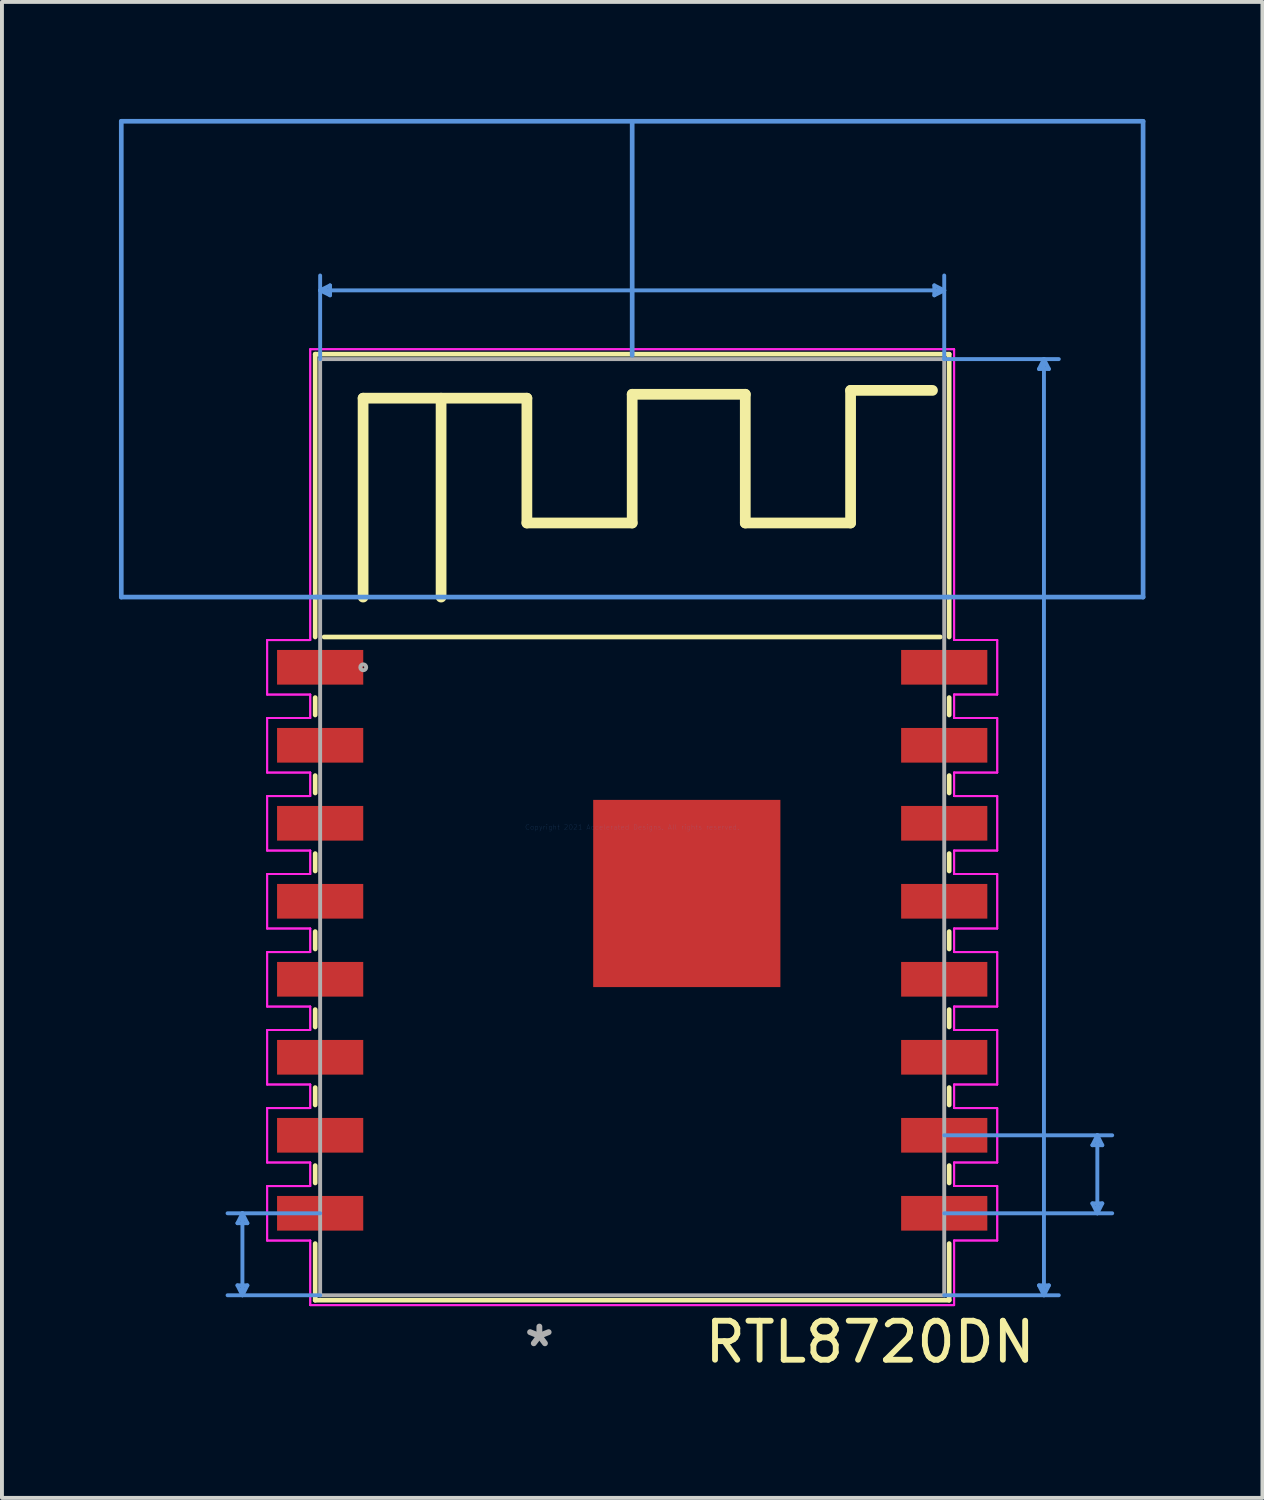
<source format=kicad_pcb>
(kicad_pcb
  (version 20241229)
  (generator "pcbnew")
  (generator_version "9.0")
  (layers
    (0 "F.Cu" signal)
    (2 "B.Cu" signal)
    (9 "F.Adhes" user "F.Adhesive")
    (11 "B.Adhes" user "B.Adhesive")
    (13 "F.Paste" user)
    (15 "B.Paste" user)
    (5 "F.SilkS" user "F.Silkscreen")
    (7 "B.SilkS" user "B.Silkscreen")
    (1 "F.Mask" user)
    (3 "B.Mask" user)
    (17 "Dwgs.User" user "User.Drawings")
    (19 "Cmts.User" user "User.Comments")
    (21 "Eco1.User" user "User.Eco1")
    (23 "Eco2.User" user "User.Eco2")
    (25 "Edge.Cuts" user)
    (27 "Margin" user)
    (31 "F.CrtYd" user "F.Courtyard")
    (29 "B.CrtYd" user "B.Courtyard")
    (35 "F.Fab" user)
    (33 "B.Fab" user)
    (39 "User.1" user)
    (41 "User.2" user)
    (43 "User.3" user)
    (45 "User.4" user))
  (footprint "RTL8720DN"
    (layer "F.Cu")
    (at 13.16 18.16)
    (property "Reference" "RTL8720DN" (at 6.1 13.2 0) (layer "F.SilkS") (effects (font (size 1 1) (thickness 0.15))))
    (attr through_hole)
    (fp_line (start -8.128 -12.129) (end 8.128 -12.129) (stroke (width 0.12) (type solid)) (layer "F.SilkS"))
    (fp_line (start -8.128 -4.877) (end -8.128 -12.129) (stroke (width 0.12) (type solid)) (layer "F.SilkS"))
    (fp_line (start -8.128 -2.877) (end -8.128 -3.323) (stroke (width 0.12) (type solid)) (layer "F.SilkS"))
    (fp_line (start -8.128 -0.877) (end -8.128 -1.323) (stroke (width 0.12) (type solid)) (layer "F.SilkS"))
    (fp_line (start -8.128 1.123) (end -8.128 0.677) (stroke (width 0.12) (type solid)) (layer "F.SilkS"))
    (fp_line (start -8.128 3.123) (end -8.128 2.677) (stroke (width 0.12) (type solid)) (layer "F.SilkS"))
    (fp_line (start -8.128 5.123) (end -8.128 4.677) (stroke (width 0.12) (type solid)) (layer "F.SilkS"))
    (fp_line (start -8.128 7.123) (end -8.128 6.677) (stroke (width 0.12) (type solid)) (layer "F.SilkS"))
    (fp_line (start -8.128 9.123) (end -8.128 8.677) (stroke (width 0.12) (type solid)) (layer "F.SilkS"))
    (fp_line (start -8.128 12.129) (end -8.128 10.677) (stroke (width 0.12) (type solid)) (layer "F.SilkS"))
    (fp_line (start -7.9 -4.877) (end 7.9 -4.877) (stroke (width 0.12) (type solid)) (layer "F.SilkS"))
    (fp_line (start -6.9 -11) (end -2.7 -11) (stroke (width 0.275) (type solid)) (layer "F.SilkS"))
    (fp_line (start -6.9 -5.9) (end -6.9 -11) (stroke (width 0.275) (type solid)) (layer "F.SilkS"))
    (fp_line (start -4.9 -11) (end -4.9 -5.9) (stroke (width 0.275) (type solid)) (layer "F.SilkS"))
    (fp_line (start -2.7 -11) (end -2.7 -7.8) (stroke (width 0.275) (type solid)) (layer "F.SilkS"))
    (fp_line (start -2.7 -7.8) (end 0 -7.8) (stroke (width 0.275) (type solid)) (layer "F.SilkS"))
    (fp_line (start 0 -11.1) (end 2.9 -11.1) (stroke (width 0.275) (type solid)) (layer "F.SilkS"))
    (fp_line (start 0 -7.8) (end 0 -11.1) (stroke (width 0.275) (type solid)) (layer "F.SilkS"))
    (fp_line (start 2.9 -11.1) (end 2.9 -7.8) (stroke (width 0.275) (type solid)) (layer "F.SilkS"))
    (fp_line (start 2.9 -7.8) (end 5.6 -7.8) (stroke (width 0.275) (type solid)) (layer "F.SilkS"))
    (fp_line (start 5.6 -11.2) (end 7.7 -11.2) (stroke (width 0.275) (type solid)) (layer "F.SilkS"))
    (fp_line (start 5.6 -7.8) (end 5.6 -11.2) (stroke (width 0.275) (type solid)) (layer "F.SilkS"))
    (fp_line (start 8.128 -12.129) (end 8.128 -4.877) (stroke (width 0.12) (type solid)) (layer "F.SilkS"))
    (fp_line (start 8.128 -3.323) (end 8.128 -2.877) (stroke (width 0.12) (type solid)) (layer "F.SilkS"))
    (fp_line (start 8.128 -1.323) (end 8.128 -0.877) (stroke (width 0.12) (type solid)) (layer "F.SilkS"))
    (fp_line (start 8.128 0.677) (end 8.128 1.123) (stroke (width 0.12) (type solid)) (layer "F.SilkS"))
    (fp_line (start 8.128 2.677) (end 8.128 3.123) (stroke (width 0.12) (type solid)) (layer "F.SilkS"))
    (fp_line (start 8.128 4.677) (end 8.128 5.123) (stroke (width 0.12) (type solid)) (layer "F.SilkS"))
    (fp_line (start 8.128 6.677) (end 8.128 7.123) (stroke (width 0.12) (type solid)) (layer "F.SilkS"))
    (fp_line (start 8.128 8.677) (end 8.128 9.123) (stroke (width 0.12) (type solid)) (layer "F.SilkS"))
    (fp_line (start 8.128 10.677) (end 8.128 12.129) (stroke (width 0.12) (type solid)) (layer "F.SilkS"))
    (fp_line (start 8.128 12.129) (end -8.128 12.129) (stroke (width 0.12) (type solid)) (layer "F.SilkS"))
    (fp_line (start -13.1 -18.1) (end 0 -18.1) (stroke (width 0.12) (type solid)) (layer "Cmts.User"))
    (fp_line (start -13.1 -5.9) (end -13.1 -18.1) (stroke (width 0.12) (type solid)) (layer "Cmts.User"))
    (fp_line (start -10.121 11.748) (end -9.994 12.002) (stroke (width 0.1) (type solid)) (layer "Cmts.User"))
    (fp_line (start -10.121 10.154) (end -9.994 9.9) (stroke (width 0.1) (type solid)) (layer "Cmts.User"))
    (fp_line (start -10.121 10.154) (end -9.867 10.154) (stroke (width 0.1) (type solid)) (layer "Cmts.User"))
    (fp_line (start -9.994 9.9) (end -9.994 12.002) (stroke (width 0.1) (type solid)) (layer "Cmts.User"))
    (fp_line (start -9.867 11.748) (end -10.121 11.748) (stroke (width 0.1) (type solid)) (layer "Cmts.User"))
    (fp_line (start -9.867 11.748) (end -9.994 12.002) (stroke (width 0.1) (type solid)) (layer "Cmts.User"))
    (fp_line (start -9.867 10.154) (end -9.994 9.9) (stroke (width 0.1) (type solid)) (layer "Cmts.User"))
    (fp_line (start -8.1 -5.9) (end -13.1 -5.9) (stroke (width 0.12) (type solid)) (layer "Cmts.User"))
    (fp_line (start -8.1 -5.9) (end 8.1 -5.9) (stroke (width 0.12) (type solid)) (layer "Cmts.User"))
    (fp_line (start -8.001 -13.765) (end 8.001 -13.765) (stroke (width 0.1) (type solid)) (layer "Cmts.User"))
    (fp_line (start -8.001 -12.002) (end -8.001 -14.146) (stroke (width 0.1) (type solid)) (layer "Cmts.User"))
    (fp_line (start -8.001 9.9) (end -10.375 9.9) (stroke (width 0.1) (type solid)) (layer "Cmts.User"))
    (fp_line (start -8.001 12.002) (end -10.375 12.002) (stroke (width 0.1) (type solid)) (layer "Cmts.User"))
    (fp_line (start -7.747 -13.892) (end -8.001 -13.765) (stroke (width 0.1) (type solid)) (layer "Cmts.User"))
    (fp_line (start -7.747 -13.638) (end -8.001 -13.765) (stroke (width 0.1) (type solid)) (layer "Cmts.User"))
    (fp_line (start -7.747 -13.638) (end -7.747 -13.892) (stroke (width 0.1) (type solid)) (layer "Cmts.User"))
    (fp_line (start 0 -18.1) (end 13.1 -18.1) (stroke (width 0.12) (type solid)) (layer "Cmts.User"))
    (fp_line (start 0 -12.1) (end 0 -18.1) (stroke (width 0.12) (type solid)) (layer "Cmts.User"))
    (fp_line (start 7.747 -13.892) (end 7.747 -13.638) (stroke (width 0.1) (type solid)) (layer "Cmts.User"))
    (fp_line (start 7.747 -13.892) (end 8.001 -13.765) (stroke (width 0.1) (type solid)) (layer "Cmts.User"))
    (fp_line (start 7.747 -13.638) (end 8.001 -13.765) (stroke (width 0.1) (type solid)) (layer "Cmts.User"))
    (fp_line (start 8.001 -12.002) (end 8.001 -14.146) (stroke (width 0.1) (type solid)) (layer "Cmts.User"))
    (fp_line (start 8.001 -12.002) (end 10.939 -12.002) (stroke (width 0.1) (type solid)) (layer "Cmts.User"))
    (fp_line (start 8.001 7.9) (end 12.308 7.9) (stroke (width 0.1) (type solid)) (layer "Cmts.User"))
    (fp_line (start 8.001 9.9) (end 12.308 9.9) (stroke (width 0.1) (type solid)) (layer "Cmts.User"))
    (fp_line (start 8.001 12.002) (end 10.939 12.002) (stroke (width 0.1) (type solid)) (layer "Cmts.User"))
    (fp_line (start 8.1 -5.9) (end 13.1 -5.9) (stroke (width 0.12) (type solid)) (layer "Cmts.User"))
    (fp_line (start 10.431 11.748) (end 10.558 12.002) (stroke (width 0.1) (type solid)) (layer "Cmts.User"))
    (fp_line (start 10.431 -11.748) (end 10.558 -12.002) (stroke (width 0.1) (type solid)) (layer "Cmts.User"))
    (fp_line (start 10.431 -11.748) (end 10.685 -11.748) (stroke (width 0.1) (type solid)) (layer "Cmts.User"))
    (fp_line (start 10.558 -12.002) (end 10.558 12.002) (stroke (width 0.1) (type solid)) (layer "Cmts.User"))
    (fp_line (start 10.685 11.748) (end 10.431 11.748) (stroke (width 0.1) (type solid)) (layer "Cmts.User"))
    (fp_line (start 10.685 11.748) (end 10.558 12.002) (stroke (width 0.1) (type solid)) (layer "Cmts.User"))
    (fp_line (start 10.685 -11.748) (end 10.558 -12.002) (stroke (width 0.1) (type solid)) (layer "Cmts.User"))
    (fp_line (start 11.8 9.646) (end 11.927 9.9) (stroke (width 0.1) (type solid)) (layer "Cmts.User"))
    (fp_line (start 11.8 8.154) (end 11.927 7.9) (stroke (width 0.1) (type solid)) (layer "Cmts.User"))
    (fp_line (start 11.8 8.154) (end 12.054 8.154) (stroke (width 0.1) (type solid)) (layer "Cmts.User"))
    (fp_line (start 11.927 9.9) (end 11.927 7.9) (stroke (width 0.1) (type solid)) (layer "Cmts.User"))
    (fp_line (start 12.054 9.646) (end 11.8 9.646) (stroke (width 0.1) (type solid)) (layer "Cmts.User"))
    (fp_line (start 12.054 9.646) (end 11.927 9.9) (stroke (width 0.1) (type solid)) (layer "Cmts.User"))
    (fp_line (start 12.054 8.154) (end 11.927 7.9) (stroke (width 0.1) (type solid)) (layer "Cmts.User"))
    (fp_line (start 13.1 -18.1) (end 13.1 -5.9) (stroke (width 0.12) (type solid)) (layer "Cmts.User"))
    (fp_line (start -9.36 -4.798) (end -9.36 -3.401) (stroke (width 0.05) (type solid)) (layer "F.CrtYd"))
    (fp_line (start -9.36 -4.798) (end -9.36 -3.401) (stroke (width 0.05) (type solid)) (layer "F.CrtYd"))
    (fp_line (start -9.36 -3.401) (end -8.255 -3.401) (stroke (width 0.05) (type solid)) (layer "F.CrtYd"))
    (fp_line (start -9.36 -3.401) (end -8.255 -3.401) (stroke (width 0.05) (type solid)) (layer "F.CrtYd"))
    (fp_line (start -9.36 -2.799) (end -9.36 -1.401) (stroke (width 0.05) (type solid)) (layer "F.CrtYd"))
    (fp_line (start -9.36 -2.799) (end -9.36 -1.401) (stroke (width 0.05) (type solid)) (layer "F.CrtYd"))
    (fp_line (start -9.36 -1.401) (end -8.255 -1.401) (stroke (width 0.05) (type solid)) (layer "F.CrtYd"))
    (fp_line (start -9.36 -1.401) (end -8.255 -1.401) (stroke (width 0.05) (type solid)) (layer "F.CrtYd"))
    (fp_line (start -9.36 -0.798) (end -9.36 0.599) (stroke (width 0.05) (type solid)) (layer "F.CrtYd"))
    (fp_line (start -9.36 -0.798) (end -9.36 0.599) (stroke (width 0.05) (type solid)) (layer "F.CrtYd"))
    (fp_line (start -9.36 0.599) (end -8.255 0.599) (stroke (width 0.05) (type solid)) (layer "F.CrtYd"))
    (fp_line (start -9.36 0.599) (end -8.255 0.599) (stroke (width 0.05) (type solid)) (layer "F.CrtYd"))
    (fp_line (start -9.36 1.201) (end -9.36 2.598) (stroke (width 0.05) (type solid)) (layer "F.CrtYd"))
    (fp_line (start -9.36 1.201) (end -9.36 2.598) (stroke (width 0.05) (type solid)) (layer "F.CrtYd"))
    (fp_line (start -9.36 2.598) (end -8.255 2.598) (stroke (width 0.05) (type solid)) (layer "F.CrtYd"))
    (fp_line (start -9.36 2.598) (end -8.255 2.598) (stroke (width 0.05) (type solid)) (layer "F.CrtYd"))
    (fp_line (start -9.36 3.202) (end -9.36 4.599) (stroke (width 0.05) (type solid)) (layer "F.CrtYd"))
    (fp_line (start -9.36 3.202) (end -9.36 4.599) (stroke (width 0.05) (type solid)) (layer "F.CrtYd"))
    (fp_line (start -9.36 4.599) (end -8.255 4.599) (stroke (width 0.05) (type solid)) (layer "F.CrtYd"))
    (fp_line (start -9.36 4.599) (end -8.255 4.599) (stroke (width 0.05) (type solid)) (layer "F.CrtYd"))
    (fp_line (start -9.36 5.201) (end -9.36 6.598) (stroke (width 0.05) (type solid)) (layer "F.CrtYd"))
    (fp_line (start -9.36 5.201) (end -9.36 6.598) (stroke (width 0.05) (type solid)) (layer "F.CrtYd"))
    (fp_line (start -9.36 6.598) (end -8.255 6.598) (stroke (width 0.05) (type solid)) (layer "F.CrtYd"))
    (fp_line (start -9.36 6.598) (end -8.255 6.598) (stroke (width 0.05) (type solid)) (layer "F.CrtYd"))
    (fp_line (start -9.36 7.202) (end -9.36 8.598) (stroke (width 0.05) (type solid)) (layer "F.CrtYd"))
    (fp_line (start -9.36 7.202) (end -9.36 8.598) (stroke (width 0.05) (type solid)) (layer "F.CrtYd"))
    (fp_line (start -9.36 8.598) (end -8.255 8.598) (stroke (width 0.05) (type solid)) (layer "F.CrtYd"))
    (fp_line (start -9.36 8.598) (end -8.255 8.598) (stroke (width 0.05) (type solid)) (layer "F.CrtYd"))
    (fp_line (start -9.36 9.202) (end -9.36 10.599) (stroke (width 0.05) (type solid)) (layer "F.CrtYd"))
    (fp_line (start -9.36 9.202) (end -9.36 10.599) (stroke (width 0.05) (type solid)) (layer "F.CrtYd"))
    (fp_line (start -9.36 10.599) (end -8.255 10.599) (stroke (width 0.05) (type solid)) (layer "F.CrtYd"))
    (fp_line (start -9.36 10.599) (end -8.255 10.599) (stroke (width 0.05) (type solid)) (layer "F.CrtYd"))
    (fp_line (start -8.255 -12.255) (end -8.255 -4.798) (stroke (width 0.05) (type solid)) (layer "F.CrtYd"))
    (fp_line (start -8.255 -12.255) (end -8.255 -4.798) (stroke (width 0.05) (type solid)) (layer "F.CrtYd"))
    (fp_line (start -8.255 -4.798) (end -9.36 -4.798) (stroke (width 0.05) (type solid)) (layer "F.CrtYd"))
    (fp_line (start -8.255 -4.798) (end -9.36 -4.798) (stroke (width 0.05) (type solid)) (layer "F.CrtYd"))
    (fp_line (start -8.255 -3.401) (end -8.255 -2.799) (stroke (width 0.05) (type solid)) (layer "F.CrtYd"))
    (fp_line (start -8.255 -3.401) (end -8.255 -2.799) (stroke (width 0.05) (type solid)) (layer "F.CrtYd"))
    (fp_line (start -8.255 -2.799) (end -9.36 -2.799) (stroke (width 0.05) (type solid)) (layer "F.CrtYd"))
    (fp_line (start -8.255 -2.799) (end -9.36 -2.799) (stroke (width 0.05) (type solid)) (layer "F.CrtYd"))
    (fp_line (start -8.255 -1.401) (end -8.255 -0.798) (stroke (width 0.05) (type solid)) (layer "F.CrtYd"))
    (fp_line (start -8.255 -1.401) (end -8.255 -0.798) (stroke (width 0.05) (type solid)) (layer "F.CrtYd"))
    (fp_line (start -8.255 -0.798) (end -9.36 -0.798) (stroke (width 0.05) (type solid)) (layer "F.CrtYd"))
    (fp_line (start -8.255 -0.798) (end -9.36 -0.798) (stroke (width 0.05) (type solid)) (layer "F.CrtYd"))
    (fp_line (start -8.255 0.599) (end -8.255 1.201) (stroke (width 0.05) (type solid)) (layer "F.CrtYd"))
    (fp_line (start -8.255 0.599) (end -8.255 1.201) (stroke (width 0.05) (type solid)) (layer "F.CrtYd"))
    (fp_line (start -8.255 1.201) (end -9.36 1.201) (stroke (width 0.05) (type solid)) (layer "F.CrtYd"))
    (fp_line (start -8.255 1.201) (end -9.36 1.201) (stroke (width 0.05) (type solid)) (layer "F.CrtYd"))
    (fp_line (start -8.255 2.598) (end -8.255 3.202) (stroke (width 0.05) (type solid)) (layer "F.CrtYd"))
    (fp_line (start -8.255 2.598) (end -8.255 3.202) (stroke (width 0.05) (type solid)) (layer "F.CrtYd"))
    (fp_line (start -8.255 3.202) (end -9.36 3.202) (stroke (width 0.05) (type solid)) (layer "F.CrtYd"))
    (fp_line (start -8.255 3.202) (end -9.36 3.202) (stroke (width 0.05) (type solid)) (layer "F.CrtYd"))
    (fp_line (start -8.255 4.599) (end -8.255 5.201) (stroke (width 0.05) (type solid)) (layer "F.CrtYd"))
    (fp_line (start -8.255 4.599) (end -8.255 5.201) (stroke (width 0.05) (type solid)) (layer "F.CrtYd"))
    (fp_line (start -8.255 5.201) (end -9.36 5.201) (stroke (width 0.05) (type solid)) (layer "F.CrtYd"))
    (fp_line (start -8.255 5.201) (end -9.36 5.201) (stroke (width 0.05) (type solid)) (layer "F.CrtYd"))
    (fp_line (start -8.255 6.598) (end -8.255 7.202) (stroke (width 0.05) (type solid)) (layer "F.CrtYd"))
    (fp_line (start -8.255 6.598) (end -8.255 7.202) (stroke (width 0.05) (type solid)) (layer "F.CrtYd"))
    (fp_line (start -8.255 7.202) (end -9.36 7.202) (stroke (width 0.05) (type solid)) (layer "F.CrtYd"))
    (fp_line (start -8.255 7.202) (end -9.36 7.202) (stroke (width 0.05) (type solid)) (layer "F.CrtYd"))
    (fp_line (start -8.255 8.598) (end -8.255 9.202) (stroke (width 0.05) (type solid)) (layer "F.CrtYd"))
    (fp_line (start -8.255 8.598) (end -8.255 9.202) (stroke (width 0.05) (type solid)) (layer "F.CrtYd"))
    (fp_line (start -8.255 9.202) (end -9.36 9.202) (stroke (width 0.05) (type solid)) (layer "F.CrtYd"))
    (fp_line (start -8.255 9.202) (end -9.36 9.202) (stroke (width 0.05) (type solid)) (layer "F.CrtYd"))
    (fp_line (start -8.255 10.599) (end -8.255 12.255) (stroke (width 0.05) (type solid)) (layer "F.CrtYd"))
    (fp_line (start -8.255 10.599) (end -8.255 12.255) (stroke (width 0.05) (type solid)) (layer "F.CrtYd"))
    (fp_line (start -8.255 12.255) (end 8.255 12.255) (stroke (width 0.05) (type solid)) (layer "F.CrtYd"))
    (fp_line (start -8.255 12.255) (end 8.255 12.255) (stroke (width 0.05) (type solid)) (layer "F.CrtYd"))
    (fp_line (start 8.255 -12.255) (end -8.255 -12.255) (stroke (width 0.05) (type solid)) (layer "F.CrtYd"))
    (fp_line (start 8.255 -12.255) (end -8.255 -12.255) (stroke (width 0.05) (type solid)) (layer "F.CrtYd"))
    (fp_line (start 8.255 -4.799) (end 8.255 -12.255) (stroke (width 0.05) (type solid)) (layer "F.CrtYd"))
    (fp_line (start 8.255 -4.799) (end 8.255 -12.255) (stroke (width 0.05) (type solid)) (layer "F.CrtYd"))
    (fp_line (start 8.255 -3.402) (end 9.36 -3.402) (stroke (width 0.05) (type solid)) (layer "F.CrtYd"))
    (fp_line (start 8.255 -3.402) (end 9.36 -3.402) (stroke (width 0.05) (type solid)) (layer "F.CrtYd"))
    (fp_line (start 8.255 -2.799) (end 8.255 -3.402) (stroke (width 0.05) (type solid)) (layer "F.CrtYd"))
    (fp_line (start 8.255 -2.799) (end 8.255 -3.402) (stroke (width 0.05) (type solid)) (layer "F.CrtYd"))
    (fp_line (start 8.255 -1.401) (end 9.36 -1.401) (stroke (width 0.05) (type solid)) (layer "F.CrtYd"))
    (fp_line (start 8.255 -1.401) (end 9.36 -1.401) (stroke (width 0.05) (type solid)) (layer "F.CrtYd"))
    (fp_line (start 8.255 -0.798) (end 8.255 -1.401) (stroke (width 0.05) (type solid)) (layer "F.CrtYd"))
    (fp_line (start 8.255 -0.798) (end 8.255 -1.401) (stroke (width 0.05) (type solid)) (layer "F.CrtYd"))
    (fp_line (start 8.255 0.599) (end 9.36 0.599) (stroke (width 0.05) (type solid)) (layer "F.CrtYd"))
    (fp_line (start 8.255 0.599) (end 9.36 0.599) (stroke (width 0.05) (type solid)) (layer "F.CrtYd"))
    (fp_line (start 8.255 1.201) (end 8.255 0.599) (stroke (width 0.05) (type solid)) (layer "F.CrtYd"))
    (fp_line (start 8.255 1.201) (end 8.255 0.599) (stroke (width 0.05) (type solid)) (layer "F.CrtYd"))
    (fp_line (start 8.255 2.598) (end 9.36 2.598) (stroke (width 0.05) (type solid)) (layer "F.CrtYd"))
    (fp_line (start 8.255 2.598) (end 9.36 2.598) (stroke (width 0.05) (type solid)) (layer "F.CrtYd"))
    (fp_line (start 8.255 3.202) (end 8.255 2.598) (stroke (width 0.05) (type solid)) (layer "F.CrtYd"))
    (fp_line (start 8.255 3.202) (end 8.255 2.598) (stroke (width 0.05) (type solid)) (layer "F.CrtYd"))
    (fp_line (start 8.255 4.599) (end 9.36 4.599) (stroke (width 0.05) (type solid)) (layer "F.CrtYd"))
    (fp_line (start 8.255 4.599) (end 9.36 4.599) (stroke (width 0.05) (type solid)) (layer "F.CrtYd"))
    (fp_line (start 8.255 5.201) (end 8.255 4.599) (stroke (width 0.05) (type solid)) (layer "F.CrtYd"))
    (fp_line (start 8.255 5.201) (end 8.255 4.599) (stroke (width 0.05) (type solid)) (layer "F.CrtYd"))
    (fp_line (start 8.255 6.598) (end 9.36 6.598) (stroke (width 0.05) (type solid)) (layer "F.CrtYd"))
    (fp_line (start 8.255 6.598) (end 9.36 6.598) (stroke (width 0.05) (type solid)) (layer "F.CrtYd"))
    (fp_line (start 8.255 7.202) (end 8.255 6.598) (stroke (width 0.05) (type solid)) (layer "F.CrtYd"))
    (fp_line (start 8.255 7.202) (end 8.255 6.598) (stroke (width 0.05) (type solid)) (layer "F.CrtYd"))
    (fp_line (start 8.255 8.598) (end 9.36 8.598) (stroke (width 0.05) (type solid)) (layer "F.CrtYd"))
    (fp_line (start 8.255 8.598) (end 9.36 8.598) (stroke (width 0.05) (type solid)) (layer "F.CrtYd"))
    (fp_line (start 8.255 9.201) (end 8.255 8.598) (stroke (width 0.05) (type solid)) (layer "F.CrtYd"))
    (fp_line (start 8.255 9.201) (end 8.255 8.598) (stroke (width 0.05) (type solid)) (layer "F.CrtYd"))
    (fp_line (start 8.255 10.598) (end 9.36 10.598) (stroke (width 0.05) (type solid)) (layer "F.CrtYd"))
    (fp_line (start 8.255 10.598) (end 9.36 10.598) (stroke (width 0.05) (type solid)) (layer "F.CrtYd"))
    (fp_line (start 8.255 12.255) (end 8.255 10.598) (stroke (width 0.05) (type solid)) (layer "F.CrtYd"))
    (fp_line (start 8.255 12.255) (end 8.255 10.598) (stroke (width 0.05) (type solid)) (layer "F.CrtYd"))
    (fp_line (start 9.36 -4.799) (end 8.255 -4.799) (stroke (width 0.05) (type solid)) (layer "F.CrtYd"))
    (fp_line (start 9.36 -4.799) (end 8.255 -4.799) (stroke (width 0.05) (type solid)) (layer "F.CrtYd"))
    (fp_line (start 9.36 -3.402) (end 9.36 -4.799) (stroke (width 0.05) (type solid)) (layer "F.CrtYd"))
    (fp_line (start 9.36 -3.402) (end 9.36 -4.799) (stroke (width 0.05) (type solid)) (layer "F.CrtYd"))
    (fp_line (start 9.36 -2.799) (end 8.255 -2.799) (stroke (width 0.05) (type solid)) (layer "F.CrtYd"))
    (fp_line (start 9.36 -2.799) (end 8.255 -2.799) (stroke (width 0.05) (type solid)) (layer "F.CrtYd"))
    (fp_line (start 9.36 -1.401) (end 9.36 -2.799) (stroke (width 0.05) (type solid)) (layer "F.CrtYd"))
    (fp_line (start 9.36 -1.401) (end 9.36 -2.799) (stroke (width 0.05) (type solid)) (layer "F.CrtYd"))
    (fp_line (start 9.36 -0.798) (end 8.255 -0.798) (stroke (width 0.05) (type solid)) (layer "F.CrtYd"))
    (fp_line (start 9.36 -0.798) (end 8.255 -0.798) (stroke (width 0.05) (type solid)) (layer "F.CrtYd"))
    (fp_line (start 9.36 0.599) (end 9.36 -0.798) (stroke (width 0.05) (type solid)) (layer "F.CrtYd"))
    (fp_line (start 9.36 0.599) (end 9.36 -0.798) (stroke (width 0.05) (type solid)) (layer "F.CrtYd"))
    (fp_line (start 9.36 1.201) (end 8.255 1.201) (stroke (width 0.05) (type solid)) (layer "F.CrtYd"))
    (fp_line (start 9.36 1.201) (end 8.255 1.201) (stroke (width 0.05) (type solid)) (layer "F.CrtYd"))
    (fp_line (start 9.36 2.598) (end 9.36 1.201) (stroke (width 0.05) (type solid)) (layer "F.CrtYd"))
    (fp_line (start 9.36 2.598) (end 9.36 1.201) (stroke (width 0.05) (type solid)) (layer "F.CrtYd"))
    (fp_line (start 9.36 3.202) (end 8.255 3.202) (stroke (width 0.05) (type solid)) (layer "F.CrtYd"))
    (fp_line (start 9.36 3.202) (end 8.255 3.202) (stroke (width 0.05) (type solid)) (layer "F.CrtYd"))
    (fp_line (start 9.36 4.599) (end 9.36 3.202) (stroke (width 0.05) (type solid)) (layer "F.CrtYd"))
    (fp_line (start 9.36 4.599) (end 9.36 3.202) (stroke (width 0.05) (type solid)) (layer "F.CrtYd"))
    (fp_line (start 9.36 5.201) (end 8.255 5.201) (stroke (width 0.05) (type solid)) (layer "F.CrtYd"))
    (fp_line (start 9.36 5.201) (end 8.255 5.201) (stroke (width 0.05) (type solid)) (layer "F.CrtYd"))
    (fp_line (start 9.36 6.598) (end 9.36 5.201) (stroke (width 0.05) (type solid)) (layer "F.CrtYd"))
    (fp_line (start 9.36 6.598) (end 9.36 5.201) (stroke (width 0.05) (type solid)) (layer "F.CrtYd"))
    (fp_line (start 9.36 7.202) (end 8.255 7.202) (stroke (width 0.05) (type solid)) (layer "F.CrtYd"))
    (fp_line (start 9.36 7.202) (end 8.255 7.202) (stroke (width 0.05) (type solid)) (layer "F.CrtYd"))
    (fp_line (start 9.36 8.598) (end 9.36 7.202) (stroke (width 0.05) (type solid)) (layer "F.CrtYd"))
    (fp_line (start 9.36 8.598) (end 9.36 7.202) (stroke (width 0.05) (type solid)) (layer "F.CrtYd"))
    (fp_line (start 9.36 9.201) (end 8.255 9.201) (stroke (width 0.05) (type solid)) (layer "F.CrtYd"))
    (fp_line (start 9.36 9.201) (end 8.255 9.201) (stroke (width 0.05) (type solid)) (layer "F.CrtYd"))
    (fp_line (start 9.36 10.598) (end 9.36 9.201) (stroke (width 0.05) (type solid)) (layer "F.CrtYd"))
    (fp_line (start 9.36 10.598) (end 9.36 9.201) (stroke (width 0.05) (type solid)) (layer "F.CrtYd"))
    (fp_line (start -8.001 -12.002) (end -8.001 12.002) (stroke (width 0.1) (type solid)) (layer "F.Fab"))
    (fp_line (start -8.001 12.002) (end 8.001 12.002) (stroke (width 0.1) (type solid)) (layer "F.Fab"))
    (fp_line (start 8.001 -12.002) (end -8.001 -12.002) (stroke (width 0.1) (type solid)) (layer "F.Fab"))
    (fp_line (start 8.001 12.002) (end 8.001 -12.002) (stroke (width 0.1) (type solid)) (layer "F.Fab"))
    (fp_circle (center -6.896 -4.1) (end -6.82 -4.1) (stroke (width 0.1) (type solid)) (fill no) (layer "F.Fab"))
    (fp_text user "Copyright 2021 Accelerated Designs. All rights reserved." (at 0 0 0) (layer "Cmts.User") (effects (font (size 0.127 0.127) (thickness 0.002))))
    (fp_text user "*" (at -2.38 13.35 0) (layer "F.Fab") (effects (font (size 1 1) (thickness 0.15))))
    (pad "1" smd rect (at -8.001 -4.1) (size 2.21 0.889) (layers "F.Cu" "F.Mask" "F.Paste"))
    (pad "2" smd rect (at -8.001 -2.1) (size 2.21 0.889) (layers "F.Cu" "F.Mask" "F.Paste"))
    (pad "3" smd rect (at -8.001 -0.1) (size 2.21 0.889) (layers "F.Cu" "F.Mask" "F.Paste"))
    (pad "4" smd rect (at -8.001 1.9) (size 2.21 0.889) (layers "F.Cu" "F.Mask" "F.Paste"))
    (pad "5" smd rect (at -8.001 3.9) (size 2.21 0.889) (layers "F.Cu" "F.Mask" "F.Paste"))
    (pad "6" smd rect (at -8.001 5.9) (size 2.21 0.889) (layers "F.Cu" "F.Mask" "F.Paste"))
    (pad "7" smd rect (at -8.001 7.9) (size 2.21 0.889) (layers "F.Cu" "F.Mask" "F.Paste"))
    (pad "8" smd rect (at -8.001 9.9) (size 2.21 0.889) (layers "F.Cu" "F.Mask" "F.Paste"))
    (pad "9" smd rect (at 1.4 1.7) (size 4.8 4.8) (layers "F.Cu" "F.Mask" "F.Paste"))
    (pad "9" smd rect (at 8.001 9.9) (size 2.21 0.889) (layers "F.Cu" "F.Mask" "F.Paste"))
    (pad "10" smd rect (at 8.001 7.9) (size 2.21 0.889) (layers "F.Cu" "F.Mask" "F.Paste"))
    (pad "11" smd rect (at 8.001 5.9) (size 2.21 0.889) (layers "F.Cu" "F.Mask" "F.Paste"))
    (pad "12" smd rect (at 8.001 3.9) (size 2.21 0.889) (layers "F.Cu" "F.Mask" "F.Paste"))
    (pad "13" smd rect (at 8.001 1.9) (size 2.21 0.889) (layers "F.Cu" "F.Mask" "F.Paste"))
    (pad "14" smd rect (at 8.001 -0.1) (size 2.21 0.889) (layers "F.Cu" "F.Mask" "F.Paste"))
    (pad "15" smd rect (at 8.001 -2.1) (size 2.21 0.889) (layers "F.Cu" "F.Mask" "F.Paste"))
    (pad "16" smd rect (at 8.001 -4.1) (size 2.21 0.889) (layers "F.Cu" "F.Mask" "F.Paste"))
    (zone (net_name "") (layers "F.Cu" "B.Cu" "Cmts.User") (hatch edge 0.508) (connect_pads) (min_thickness 0.254) (filled_areas_thickness no) (keepout (tracks not_allowed) (vias not_allowed) (pads not_allowed) (copperpour not_allowed) (footprints not_allowed)) (placement (enabled no)) (fill) (polygon (pts (xy 26.26 12.26) (xy 0.06 12.26) (xy 0.06 0.06) (xy 26.26 0.06)))))
  (gr_rect
    (start -3 -3)
    (end 29.32 35.358)
    (stroke (width 0.1) (type default))
    (fill no)
    (layer "Edge.Cuts")))
</source>
